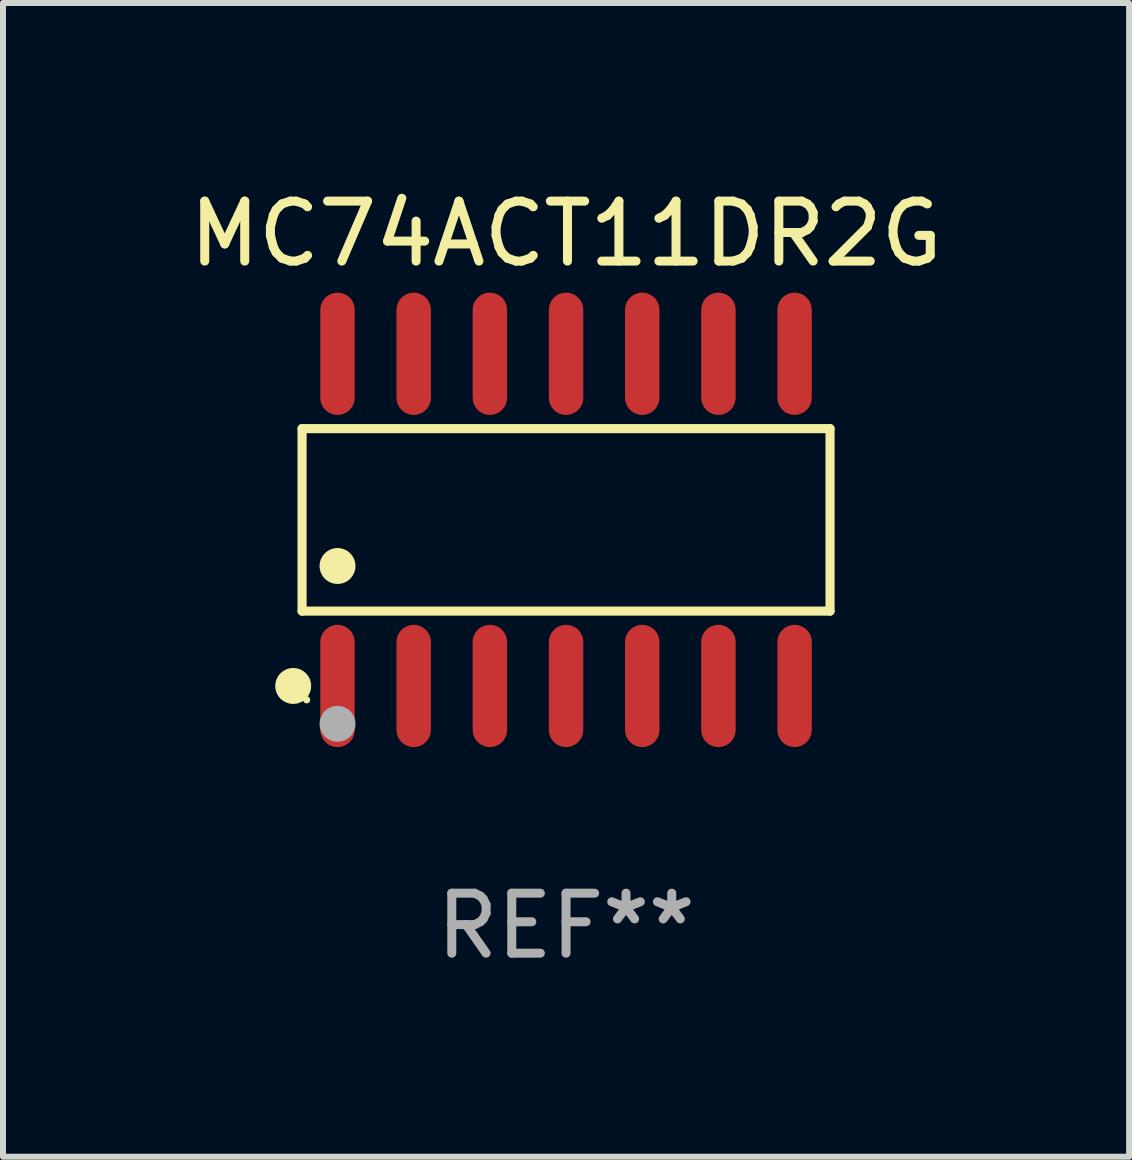
<source format=kicad_pcb>
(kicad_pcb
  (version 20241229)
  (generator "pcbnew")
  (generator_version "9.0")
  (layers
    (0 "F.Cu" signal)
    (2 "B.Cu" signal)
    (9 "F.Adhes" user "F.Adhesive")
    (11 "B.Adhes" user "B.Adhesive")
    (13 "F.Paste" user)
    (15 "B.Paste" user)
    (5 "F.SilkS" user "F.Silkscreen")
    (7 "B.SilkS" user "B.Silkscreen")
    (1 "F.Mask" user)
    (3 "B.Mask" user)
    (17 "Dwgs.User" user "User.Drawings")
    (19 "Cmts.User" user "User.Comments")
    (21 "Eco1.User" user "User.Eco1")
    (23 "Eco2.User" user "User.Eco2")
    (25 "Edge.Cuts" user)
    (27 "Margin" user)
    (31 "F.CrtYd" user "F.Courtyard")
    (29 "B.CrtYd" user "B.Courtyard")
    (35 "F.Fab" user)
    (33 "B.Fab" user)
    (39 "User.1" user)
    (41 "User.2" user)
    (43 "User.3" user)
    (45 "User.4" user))
  (footprint "MC74ACT11DR2G"
    (layer "F.Cu")
    (at 6.387 5.617)
    (property "Reference" "MC74ACT11DR2G" (at 0 -4.769 0) (layer "F.SilkS") (effects (font (size 1 1) (thickness 0.15))))
    (attr through_hole)
    (fp_line (start -4.401 -1.521) (end 4.401 -1.521) (stroke (width 0.152) (type solid)) (layer "F.SilkS"))
    (fp_line (start -4.401 1.521) (end -4.401 -1.521) (stroke (width 0.152) (type solid)) (layer "F.SilkS"))
    (fp_line (start 4.401 -1.521) (end 4.401 1.521) (stroke (width 0.152) (type solid)) (layer "F.SilkS"))
    (fp_line (start 4.401 1.521) (end -4.401 1.521) (stroke (width 0.152) (type solid)) (layer "F.SilkS"))
    (fp_circle (center -4.549 2.769) (end -4.399 2.769) (stroke (width 0.3) (type solid)) (fill no) (layer "F.SilkS"))
    (fp_circle (center -4.325 3) (end -4.295 3) (stroke (width 0.06) (type solid)) (fill no) (layer "F.SilkS"))
    (fp_circle (center -3.81 0.769) (end -3.66 0.769) (stroke (width 0.3) (type solid)) (fill no) (layer "F.SilkS"))
    (fp_circle (center -3.81 3.4) (end -3.66 3.4) (stroke (width 0.3) (type solid)) (fill no) (layer "F.Fab"))
    (fp_text user "REF**" (at 0 6.769 0) (layer "F.Fab") (effects (font (size 1 1) (thickness 0.15))))
    (pad "1" smd oval (at -3.81 2.769) (size 0.574 2.038) (layers "F.Cu" "F.Mask" "F.Paste"))
    (pad "2" smd oval (at -2.54 2.769) (size 0.574 2.038) (layers "F.Cu" "F.Mask" "F.Paste"))
    (pad "3" smd oval (at -1.27 2.769) (size 0.574 2.038) (layers "F.Cu" "F.Mask" "F.Paste"))
    (pad "4" smd oval (at 0 2.769) (size 0.574 2.038) (layers "F.Cu" "F.Mask" "F.Paste"))
    (pad "5" smd oval (at 1.27 2.769) (size 0.574 2.038) (layers "F.Cu" "F.Mask" "F.Paste"))
    (pad "6" smd oval (at 2.54 2.769) (size 0.574 2.038) (layers "F.Cu" "F.Mask" "F.Paste"))
    (pad "7" smd oval (at 3.81 2.769) (size 0.574 2.038) (layers "F.Cu" "F.Mask" "F.Paste"))
    (pad "8" smd oval (at 3.81 -2.769) (size 0.574 2.038) (layers "F.Cu" "F.Mask" "F.Paste"))
    (pad "9" smd oval (at 2.54 -2.769) (size 0.574 2.038) (layers "F.Cu" "F.Mask" "F.Paste"))
    (pad "10" smd oval (at 1.27 -2.769) (size 0.574 2.038) (layers "F.Cu" "F.Mask" "F.Paste"))
    (pad "11" smd oval (at 0 -2.769) (size 0.574 2.038) (layers "F.Cu" "F.Mask" "F.Paste"))
    (pad "12" smd oval (at -1.27 -2.769) (size 0.574 2.038) (layers "F.Cu" "F.Mask" "F.Paste"))
    (pad "13" smd oval (at -2.54 -2.769) (size 0.574 2.038) (layers "F.Cu" "F.Mask" "F.Paste"))
    (pad "14" smd oval (at -3.81 -2.769) (size 0.574 2.038) (layers "F.Cu" "F.Mask" "F.Paste")))
  (gr_rect
    (start -3 -3)
    (end 15.774 16.235)
    (stroke (width 0.1) (type default))
    (fill no)
    (layer "Edge.Cuts")))
</source>
